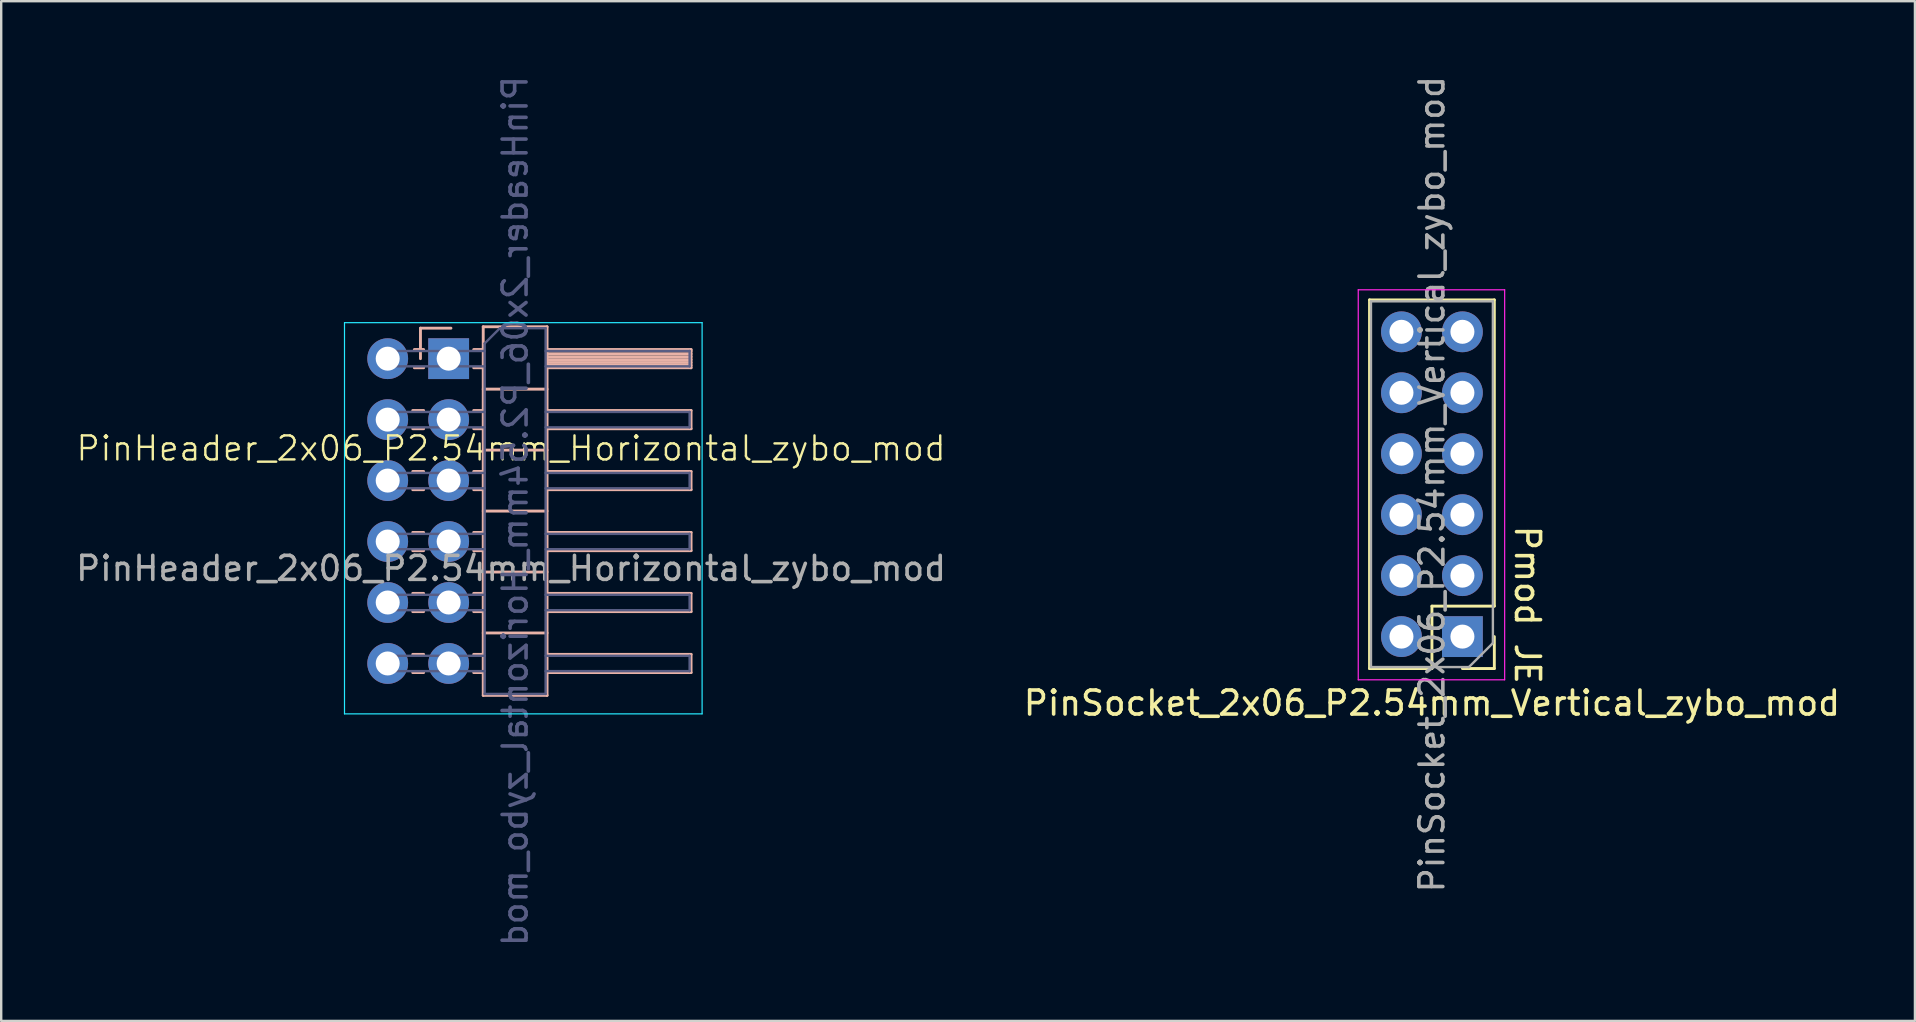
<source format=kicad_pcb>
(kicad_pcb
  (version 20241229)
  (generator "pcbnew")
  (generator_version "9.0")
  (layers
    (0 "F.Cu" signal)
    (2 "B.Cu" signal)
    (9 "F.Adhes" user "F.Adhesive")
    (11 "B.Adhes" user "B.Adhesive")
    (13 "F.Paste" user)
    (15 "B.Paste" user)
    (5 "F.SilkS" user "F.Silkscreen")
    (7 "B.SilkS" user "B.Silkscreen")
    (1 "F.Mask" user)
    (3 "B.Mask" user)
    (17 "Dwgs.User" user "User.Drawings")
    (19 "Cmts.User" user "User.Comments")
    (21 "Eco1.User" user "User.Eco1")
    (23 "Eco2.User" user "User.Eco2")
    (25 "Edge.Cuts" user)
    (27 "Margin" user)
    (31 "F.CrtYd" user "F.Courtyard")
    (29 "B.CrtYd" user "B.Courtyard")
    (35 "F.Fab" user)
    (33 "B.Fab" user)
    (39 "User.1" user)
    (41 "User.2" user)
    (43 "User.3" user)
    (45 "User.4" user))
  (footprint "PinSocket_2x06_P2.54mm_Vertical_zybo_mod"
    (layer "F.Cu")
    (at 57.883 11.615)
    (property "Reference" "PinSocket_2x06_P2.54mm_Vertical_zybo_mod" (at -1.27 14.63 0) (layer "F.SilkS") (effects (font (size 1 1) (thickness 0.15))))
    (property "Purpose" "Pmod JE" (at 2.71 10.535 270) (unlocked yes) (layer "F.SilkS") (effects (font (size 1 1) (thickness 0.15))))
    (attr through_hole)
    (fp_line (start -3.87 -2.17) (end 1.33 -2.17) (stroke (width 0.12) (type solid)) (layer "F.SilkS"))
    (fp_line (start -3.87 13.19) (end -3.87 -2.17) (stroke (width 0.12) (type solid)) (layer "F.SilkS"))
    (fp_line (start -3.87 13.19) (end -1.27 13.19) (stroke (width 0.12) (type solid)) (layer "F.SilkS"))
    (fp_line (start -1.27 10.59) (end 1.33 10.59) (stroke (width 0.12) (type solid)) (layer "F.SilkS"))
    (fp_line (start -1.27 13.19) (end -1.27 10.59) (stroke (width 0.12) (type solid)) (layer "F.SilkS"))
    (fp_line (start 0 13.19) (end 1.33 13.19) (stroke (width 0.12) (type solid)) (layer "F.SilkS"))
    (fp_line (start 1.33 10.59) (end 1.33 -2.17) (stroke (width 0.12) (type solid)) (layer "F.SilkS"))
    (fp_line (start 1.33 13.19) (end 1.33 11.86) (stroke (width 0.12) (type solid)) (layer "F.SilkS"))
    (fp_line (start -4.34 -2.59) (end -4.34 13.66) (stroke (width 0.05) (type solid)) (layer "F.CrtYd"))
    (fp_line (start -4.34 13.66) (end 1.76 13.66) (stroke (width 0.05) (type solid)) (layer "F.CrtYd"))
    (fp_line (start 1.76 -2.59) (end -4.34 -2.59) (stroke (width 0.05) (type solid)) (layer "F.CrtYd"))
    (fp_line (start 1.76 13.66) (end 1.76 -2.59) (stroke (width 0.05) (type solid)) (layer "F.CrtYd"))
    (fp_line (start -3.81 -2.11) (end -3.81 13.13) (stroke (width 0.1) (type solid)) (layer "F.Fab"))
    (fp_line (start -3.81 13.13) (end 0.27 13.13) (stroke (width 0.1) (type solid)) (layer "F.Fab"))
    (fp_line (start 0.27 13.13) (end 1.27 12.13) (stroke (width 0.1) (type solid)) (layer "F.Fab"))
    (fp_line (start 1.27 -2.11) (end -3.81 -2.11) (stroke (width 0.1) (type solid)) (layer "F.Fab"))
    (fp_line (start 1.27 12.13) (end 1.27 -2.11) (stroke (width 0.1) (type solid)) (layer "F.Fab"))
    (fp_text user "${REFERENCE}" (at -1.27 5.51 90) (layer "F.Fab") (effects (font (size 1 1) (thickness 0.15))))
    (pad "1" thru_hole rect (at 0 11.86) (size 1.7 1.7) (drill 1) (layers "*.Cu" "*.Mask"))
    (pad "2" thru_hole oval (at 0 9.32) (size 1.7 1.7) (drill 1) (layers "*.Cu" "*.Mask"))
    (pad "3" thru_hole oval (at 0 6.78) (size 1.7 1.7) (drill 1) (layers "*.Cu" "*.Mask"))
    (pad "4" thru_hole oval (at 0 4.24) (size 1.7 1.7) (drill 1) (layers "*.Cu" "*.Mask"))
    (pad "5" thru_hole oval (at 0 1.7) (size 1.7 1.7) (drill 1) (layers "*.Cu" "*.Mask"))
    (pad "6" thru_hole oval (at 0 -0.84) (size 1.7 1.7) (drill 1) (layers "*.Cu" "*.Mask"))
    (pad "7" thru_hole oval (at -2.54 11.86) (size 1.7 1.7) (drill 1) (layers "*.Cu" "*.Mask"))
    (pad "8" thru_hole oval (at -2.54 9.32) (size 1.7 1.7) (drill 1) (layers "*.Cu" "*.Mask"))
    (pad "9" thru_hole oval (at -2.54 6.78) (size 1.7 1.7) (drill 1) (layers "*.Cu" "*.Mask"))
    (pad "10" thru_hole oval (at -2.54 4.24) (size 1.7 1.7) (drill 1) (layers "*.Cu" "*.Mask"))
    (pad "11" thru_hole oval (at -2.54 1.7) (size 1.7 1.7) (drill 1) (layers "*.Cu" "*.Mask"))
    (pad "12" thru_hole oval (at -2.54 -0.84) (size 1.7 1.7) (drill 1) (layers "*.Cu" "*.Mask")))
  (footprint "PinHeader_2x06_P2.54mm_Horizontal_zybo_mod"
    (layer "F.Cu")
    (at 18.244 18.134)
    (property "Reference" "PinHeader_2x06_P2.54mm_Horizontal_zybo_mod" (at 0 -2.5 0) (unlocked yes) (layer "F.SilkS") (effects (font (size 1 1) (thickness 0.1))))
    (attr through_hole)
    (fp_line (start -3.775 -7.51) (end -3.775 -6.24) (stroke (width 0.12) (type solid)) (layer "B.SilkS"))
    (fp_line (start -3.643 -6.62) (end -4.03 -6.62) (stroke (width 0.12) (type solid)) (layer "B.SilkS"))
    (fp_line (start -3.643 -5.86) (end -4.03 -5.86) (stroke (width 0.12) (type solid)) (layer "B.SilkS"))
    (fp_line (start -3.643 -4.08) (end -4.097 -4.08) (stroke (width 0.12) (type solid)) (layer "B.SilkS"))
    (fp_line (start -3.643 -3.32) (end -4.097 -3.32) (stroke (width 0.12) (type solid)) (layer "B.SilkS"))
    (fp_line (start -3.643 -1.54) (end -4.097 -1.54) (stroke (width 0.12) (type solid)) (layer "B.SilkS"))
    (fp_line (start -3.643 -0.78) (end -4.097 -0.78) (stroke (width 0.12) (type solid)) (layer "B.SilkS"))
    (fp_line (start -3.643 1) (end -4.097 1) (stroke (width 0.12) (type solid)) (layer "B.SilkS"))
    (fp_line (start -3.643 1.76) (end -4.097 1.76) (stroke (width 0.12) (type solid)) (layer "B.SilkS"))
    (fp_line (start -3.643 3.54) (end -4.097 3.54) (stroke (width 0.12) (type solid)) (layer "B.SilkS"))
    (fp_line (start -3.643 4.3) (end -4.097 4.3) (stroke (width 0.12) (type solid)) (layer "B.SilkS"))
    (fp_line (start -3.643 6.08) (end -4.097 6.08) (stroke (width 0.12) (type solid)) (layer "B.SilkS"))
    (fp_line (start -3.643 6.84) (end -4.097 6.84) (stroke (width 0.12) (type solid)) (layer "B.SilkS"))
    (fp_line (start -2.505 -7.51) (end -3.775 -7.51) (stroke (width 0.12) (type solid)) (layer "B.SilkS"))
    (fp_line (start -1.16 -7.57) (end 1.5 -7.57) (stroke (width 0.12) (type solid)) (layer "B.SilkS"))
    (fp_line (start -1.16 -6.62) (end -1.557 -6.62) (stroke (width 0.12) (type solid)) (layer "B.SilkS"))
    (fp_line (start -1.16 -5.86) (end -1.557 -5.86) (stroke (width 0.12) (type solid)) (layer "B.SilkS"))
    (fp_line (start -1.16 -4.08) (end -1.557 -4.08) (stroke (width 0.12) (type solid)) (layer "B.SilkS"))
    (fp_line (start -1.16 -3.32) (end -1.557 -3.32) (stroke (width 0.12) (type solid)) (layer "B.SilkS"))
    (fp_line (start -1.16 -1.54) (end -1.557 -1.54) (stroke (width 0.12) (type solid)) (layer "B.SilkS"))
    (fp_line (start -1.16 -0.78) (end -1.557 -0.78) (stroke (width 0.12) (type solid)) (layer "B.SilkS"))
    (fp_line (start -1.16 1) (end -1.557 1) (stroke (width 0.12) (type solid)) (layer "B.SilkS"))
    (fp_line (start -1.16 1.76) (end -1.557 1.76) (stroke (width 0.12) (type solid)) (layer "B.SilkS"))
    (fp_line (start -1.16 3.54) (end -1.557 3.54) (stroke (width 0.12) (type solid)) (layer "B.SilkS"))
    (fp_line (start -1.16 4.3) (end -1.557 4.3) (stroke (width 0.12) (type solid)) (layer "B.SilkS"))
    (fp_line (start -1.16 6.08) (end -1.557 6.08) (stroke (width 0.12) (type solid)) (layer "B.SilkS"))
    (fp_line (start -1.16 6.84) (end -1.557 6.84) (stroke (width 0.12) (type solid)) (layer "B.SilkS"))
    (fp_line (start -1.16 7.79) (end -1.16 -7.57) (stroke (width 0.12) (type solid)) (layer "B.SilkS"))
    (fp_line (start 1.5 -7.57) (end 1.5 7.79) (stroke (width 0.12) (type solid)) (layer "B.SilkS"))
    (fp_line (start 1.5 -5.86) (end 7.5 -5.86) (stroke (width 0.12) (type solid)) (layer "B.SilkS"))
    (fp_line (start 1.5 -4.97) (end -1.16 -4.97) (stroke (width 0.12) (type solid)) (layer "B.SilkS"))
    (fp_line (start 1.5 -3.32) (end 7.5 -3.32) (stroke (width 0.12) (type solid)) (layer "B.SilkS"))
    (fp_line (start 1.5 -2.43) (end -1.16 -2.43) (stroke (width 0.12) (type solid)) (layer "B.SilkS"))
    (fp_line (start 1.5 -0.78) (end 7.5 -0.78) (stroke (width 0.12) (type solid)) (layer "B.SilkS"))
    (fp_line (start 1.5 0.11) (end -1.16 0.11) (stroke (width 0.12) (type solid)) (layer "B.SilkS"))
    (fp_line (start 1.5 1.76) (end 7.5 1.76) (stroke (width 0.12) (type solid)) (layer "B.SilkS"))
    (fp_line (start 1.5 2.65) (end -1.16 2.65) (stroke (width 0.12) (type solid)) (layer "B.SilkS"))
    (fp_line (start 1.5 4.3) (end 7.5 4.3) (stroke (width 0.12) (type solid)) (layer "B.SilkS"))
    (fp_line (start 1.5 5.19) (end -1.16 5.19) (stroke (width 0.12) (type solid)) (layer "B.SilkS"))
    (fp_line (start 1.5 6.84) (end 7.5 6.84) (stroke (width 0.12) (type solid)) (layer "B.SilkS"))
    (fp_line (start 1.5 7.79) (end -1.16 7.79) (stroke (width 0.12) (type solid)) (layer "B.SilkS"))
    (fp_line (start 7.5 -6.62) (end 1.5 -6.62) (stroke (width 0.12) (type solid)) (layer "B.SilkS"))
    (fp_line (start 7.5 -6.56) (end 1.5 -6.56) (stroke (width 0.12) (type solid)) (layer "B.SilkS"))
    (fp_line (start 7.5 -6.44) (end 1.5 -6.44) (stroke (width 0.12) (type solid)) (layer "B.SilkS"))
    (fp_line (start 7.5 -6.32) (end 1.5 -6.32) (stroke (width 0.12) (type solid)) (layer "B.SilkS"))
    (fp_line (start 7.5 -6.2) (end 1.5 -6.2) (stroke (width 0.12) (type solid)) (layer "B.SilkS"))
    (fp_line (start 7.5 -6.08) (end 1.5 -6.08) (stroke (width 0.12) (type solid)) (layer "B.SilkS"))
    (fp_line (start 7.5 -5.96) (end 1.5 -5.96) (stroke (width 0.12) (type solid)) (layer "B.SilkS"))
    (fp_line (start 7.5 -5.86) (end 7.5 -6.62) (stroke (width 0.12) (type solid)) (layer "B.SilkS"))
    (fp_line (start 7.5 -4.08) (end 1.5 -4.08) (stroke (width 0.12) (type solid)) (layer "B.SilkS"))
    (fp_line (start 7.5 -3.32) (end 7.5 -4.08) (stroke (width 0.12) (type solid)) (layer "B.SilkS"))
    (fp_line (start 7.5 -1.54) (end 1.5 -1.54) (stroke (width 0.12) (type solid)) (layer "B.SilkS"))
    (fp_line (start 7.5 -0.78) (end 7.5 -1.54) (stroke (width 0.12) (type solid)) (layer "B.SilkS"))
    (fp_line (start 7.5 1) (end 1.5 1) (stroke (width 0.12) (type solid)) (layer "B.SilkS"))
    (fp_line (start 7.5 1.76) (end 7.5 1) (stroke (width 0.12) (type solid)) (layer "B.SilkS"))
    (fp_line (start 7.5 3.54) (end 1.5 3.54) (stroke (width 0.12) (type solid)) (layer "B.SilkS"))
    (fp_line (start 7.5 4.3) (end 7.5 3.54) (stroke (width 0.12) (type solid)) (layer "B.SilkS"))
    (fp_line (start 7.5 6.08) (end 1.5 6.08) (stroke (width 0.12) (type solid)) (layer "B.SilkS"))
    (fp_line (start 7.5 6.84) (end 7.5 6.08) (stroke (width 0.12) (type solid)) (layer "B.SilkS"))
    (fp_line (start -6.94 8.56) (end -6.94 -7.74) (stroke (width 0.05) (type solid)) (layer "B.CrtYd"))
    (fp_line (start -6.94 8.56) (end 7.96 8.56) (stroke (width 0.05) (type solid)) (layer "B.CrtYd"))
    (fp_line (start 7.96 -7.74) (end -6.94 -7.74) (stroke (width 0.05) (type solid)) (layer "B.CrtYd"))
    (fp_line (start 7.96 8.56) (end 7.96 -7.74) (stroke (width 0.05) (type solid)) (layer "B.CrtYd"))
    (fp_line (start -5.46 -5.92) (end -5.46 -6.56) (stroke (width 0.1) (type solid)) (layer "B.Fab"))
    (fp_line (start -5.46 -3.38) (end -5.46 -4.02) (stroke (width 0.1) (type solid)) (layer "B.Fab"))
    (fp_line (start -5.46 -0.84) (end -5.46 -1.48) (stroke (width 0.1) (type solid)) (layer "B.Fab"))
    (fp_line (start -5.46 1.7) (end -5.46 1.06) (stroke (width 0.1) (type solid)) (layer "B.Fab"))
    (fp_line (start -5.46 4.24) (end -5.46 3.6) (stroke (width 0.1) (type solid)) (layer "B.Fab"))
    (fp_line (start -5.46 6.78) (end -5.46 6.14) (stroke (width 0.1) (type solid)) (layer "B.Fab"))
    (fp_line (start -1.1 -6.875) (end -1.1 7.73) (stroke (width 0.1) (type solid)) (layer "B.Fab"))
    (fp_line (start -1.1 -6.56) (end -5.46 -6.56) (stroke (width 0.1) (type solid)) (layer "B.Fab"))
    (fp_line (start -1.1 -5.92) (end -5.46 -5.92) (stroke (width 0.1) (type solid)) (layer "B.Fab"))
    (fp_line (start -1.1 -4.02) (end -5.46 -4.02) (stroke (width 0.1) (type solid)) (layer "B.Fab"))
    (fp_line (start -1.1 -3.38) (end -5.46 -3.38) (stroke (width 0.1) (type solid)) (layer "B.Fab"))
    (fp_line (start -1.1 -1.48) (end -5.46 -1.48) (stroke (width 0.1) (type solid)) (layer "B.Fab"))
    (fp_line (start -1.1 -0.84) (end -5.46 -0.84) (stroke (width 0.1) (type solid)) (layer "B.Fab"))
    (fp_line (start -1.1 1.06) (end -5.46 1.06) (stroke (width 0.1) (type solid)) (layer "B.Fab"))
    (fp_line (start -1.1 1.7) (end -5.46 1.7) (stroke (width 0.1) (type solid)) (layer "B.Fab"))
    (fp_line (start -1.1 3.6) (end -5.46 3.6) (stroke (width 0.1) (type solid)) (layer "B.Fab"))
    (fp_line (start -1.1 4.24) (end -5.46 4.24) (stroke (width 0.1) (type solid)) (layer "B.Fab"))
    (fp_line (start -1.1 6.14) (end -5.46 6.14) (stroke (width 0.1) (type solid)) (layer "B.Fab"))
    (fp_line (start -1.1 6.78) (end -5.46 6.78) (stroke (width 0.1) (type solid)) (layer "B.Fab"))
    (fp_line (start -1.1 7.73) (end 1.44 7.73) (stroke (width 0.1) (type solid)) (layer "B.Fab"))
    (fp_line (start -0.465 -7.51) (end -1.1 -6.875) (stroke (width 0.1) (type solid)) (layer "B.Fab"))
    (fp_line (start 1.44 -7.51) (end -0.465 -7.51) (stroke (width 0.1) (type solid)) (layer "B.Fab"))
    (fp_line (start 1.44 7.73) (end 1.44 -7.51) (stroke (width 0.1) (type solid)) (layer "B.Fab"))
    (fp_line (start 7.44 -6.56) (end 1.44 -6.56) (stroke (width 0.1) (type solid)) (layer "B.Fab"))
    (fp_line (start 7.44 -5.92) (end 1.44 -5.92) (stroke (width 0.1) (type solid)) (layer "B.Fab"))
    (fp_line (start 7.44 -5.92) (end 7.44 -6.56) (stroke (width 0.1) (type solid)) (layer "B.Fab"))
    (fp_line (start 7.44 -4.02) (end 1.44 -4.02) (stroke (width 0.1) (type solid)) (layer "B.Fab"))
    (fp_line (start 7.44 -3.38) (end 1.44 -3.38) (stroke (width 0.1) (type solid)) (layer "B.Fab"))
    (fp_line (start 7.44 -3.38) (end 7.44 -4.02) (stroke (width 0.1) (type solid)) (layer "B.Fab"))
    (fp_line (start 7.44 -1.48) (end 1.44 -1.48) (stroke (width 0.1) (type solid)) (layer "B.Fab"))
    (fp_line (start 7.44 -0.84) (end 1.44 -0.84) (stroke (width 0.1) (type solid)) (layer "B.Fab"))
    (fp_line (start 7.44 -0.84) (end 7.44 -1.48) (stroke (width 0.1) (type solid)) (layer "B.Fab"))
    (fp_line (start 7.44 1.06) (end 1.44 1.06) (stroke (width 0.1) (type solid)) (layer "B.Fab"))
    (fp_line (start 7.44 1.7) (end 1.44 1.7) (stroke (width 0.1) (type solid)) (layer "B.Fab"))
    (fp_line (start 7.44 1.7) (end 7.44 1.06) (stroke (width 0.1) (type solid)) (layer "B.Fab"))
    (fp_line (start 7.44 3.6) (end 1.44 3.6) (stroke (width 0.1) (type solid)) (layer "B.Fab"))
    (fp_line (start 7.44 4.24) (end 1.44 4.24) (stroke (width 0.1) (type solid)) (layer "B.Fab"))
    (fp_line (start 7.44 4.24) (end 7.44 3.6) (stroke (width 0.1) (type solid)) (layer "B.Fab"))
    (fp_line (start 7.44 6.14) (end 1.44 6.14) (stroke (width 0.1) (type solid)) (layer "B.Fab"))
    (fp_line (start 7.44 6.78) (end 1.44 6.78) (stroke (width 0.1) (type solid)) (layer "B.Fab"))
    (fp_line (start 7.44 6.78) (end 7.44 6.14) (stroke (width 0.1) (type solid)) (layer "B.Fab"))
    (fp_text user "${REFERENCE}" (at 0.17 0.11 90) (layer "B.Fab") (effects (font (size 1 1) (thickness 0.15)) (justify mirror)))
    (fp_text user "${REFERENCE}" (at 0 2.5 0) (unlocked yes) (layer "F.Fab") (effects (font (size 1 1) (thickness 0.15))))
    (pad "1" thru_hole rect (at -2.6 -6.24) (size 1.7 1.7) (drill 1) (layers "*.Cu" "*.Mask"))
    (pad "2" thru_hole oval (at -2.6 -3.7) (size 1.7 1.7) (drill 1) (layers "*.Cu" "*.Mask"))
    (pad "3" thru_hole oval (at -2.6 -1.16) (size 1.7 1.7) (drill 1) (layers "*.Cu" "*.Mask"))
    (pad "4" thru_hole oval (at -2.6 1.38) (size 1.7 1.7) (drill 1) (layers "*.Cu" "*.Mask"))
    (pad "5" thru_hole oval (at -2.6 3.92) (size 1.7 1.7) (drill 1) (layers "*.Cu" "*.Mask"))
    (pad "6" thru_hole oval (at -2.6 6.46) (size 1.7 1.7) (drill 1) (layers "*.Cu" "*.Mask"))
    (pad "7" thru_hole oval (at -5.14 -6.24) (size 1.7 1.7) (drill 1) (layers "*.Cu" "*.Mask"))
    (pad "8" thru_hole oval (at -5.14 -3.7) (size 1.7 1.7) (drill 1) (layers "*.Cu" "*.Mask"))
    (pad "9" thru_hole oval (at -5.14 -1.16) (size 1.7 1.7) (drill 1) (layers "*.Cu" "*.Mask"))
    (pad "10" thru_hole oval (at -5.14 1.38) (size 1.7 1.7) (drill 1) (layers "*.Cu" "*.Mask"))
    (pad "11" thru_hole oval (at -5.14 3.92) (size 1.7 1.7) (drill 1) (layers "*.Cu" "*.Mask"))
    (pad "12" thru_hole oval (at -5.14 6.46) (size 1.7 1.7) (drill 1) (layers "*.Cu" "*.Mask")))
  (gr_rect
    (start -3 -3)
    (end 76.738 39.488)
    (stroke (width 0.1) (type default))
    (fill no)
    (layer "Edge.Cuts")))
</source>
